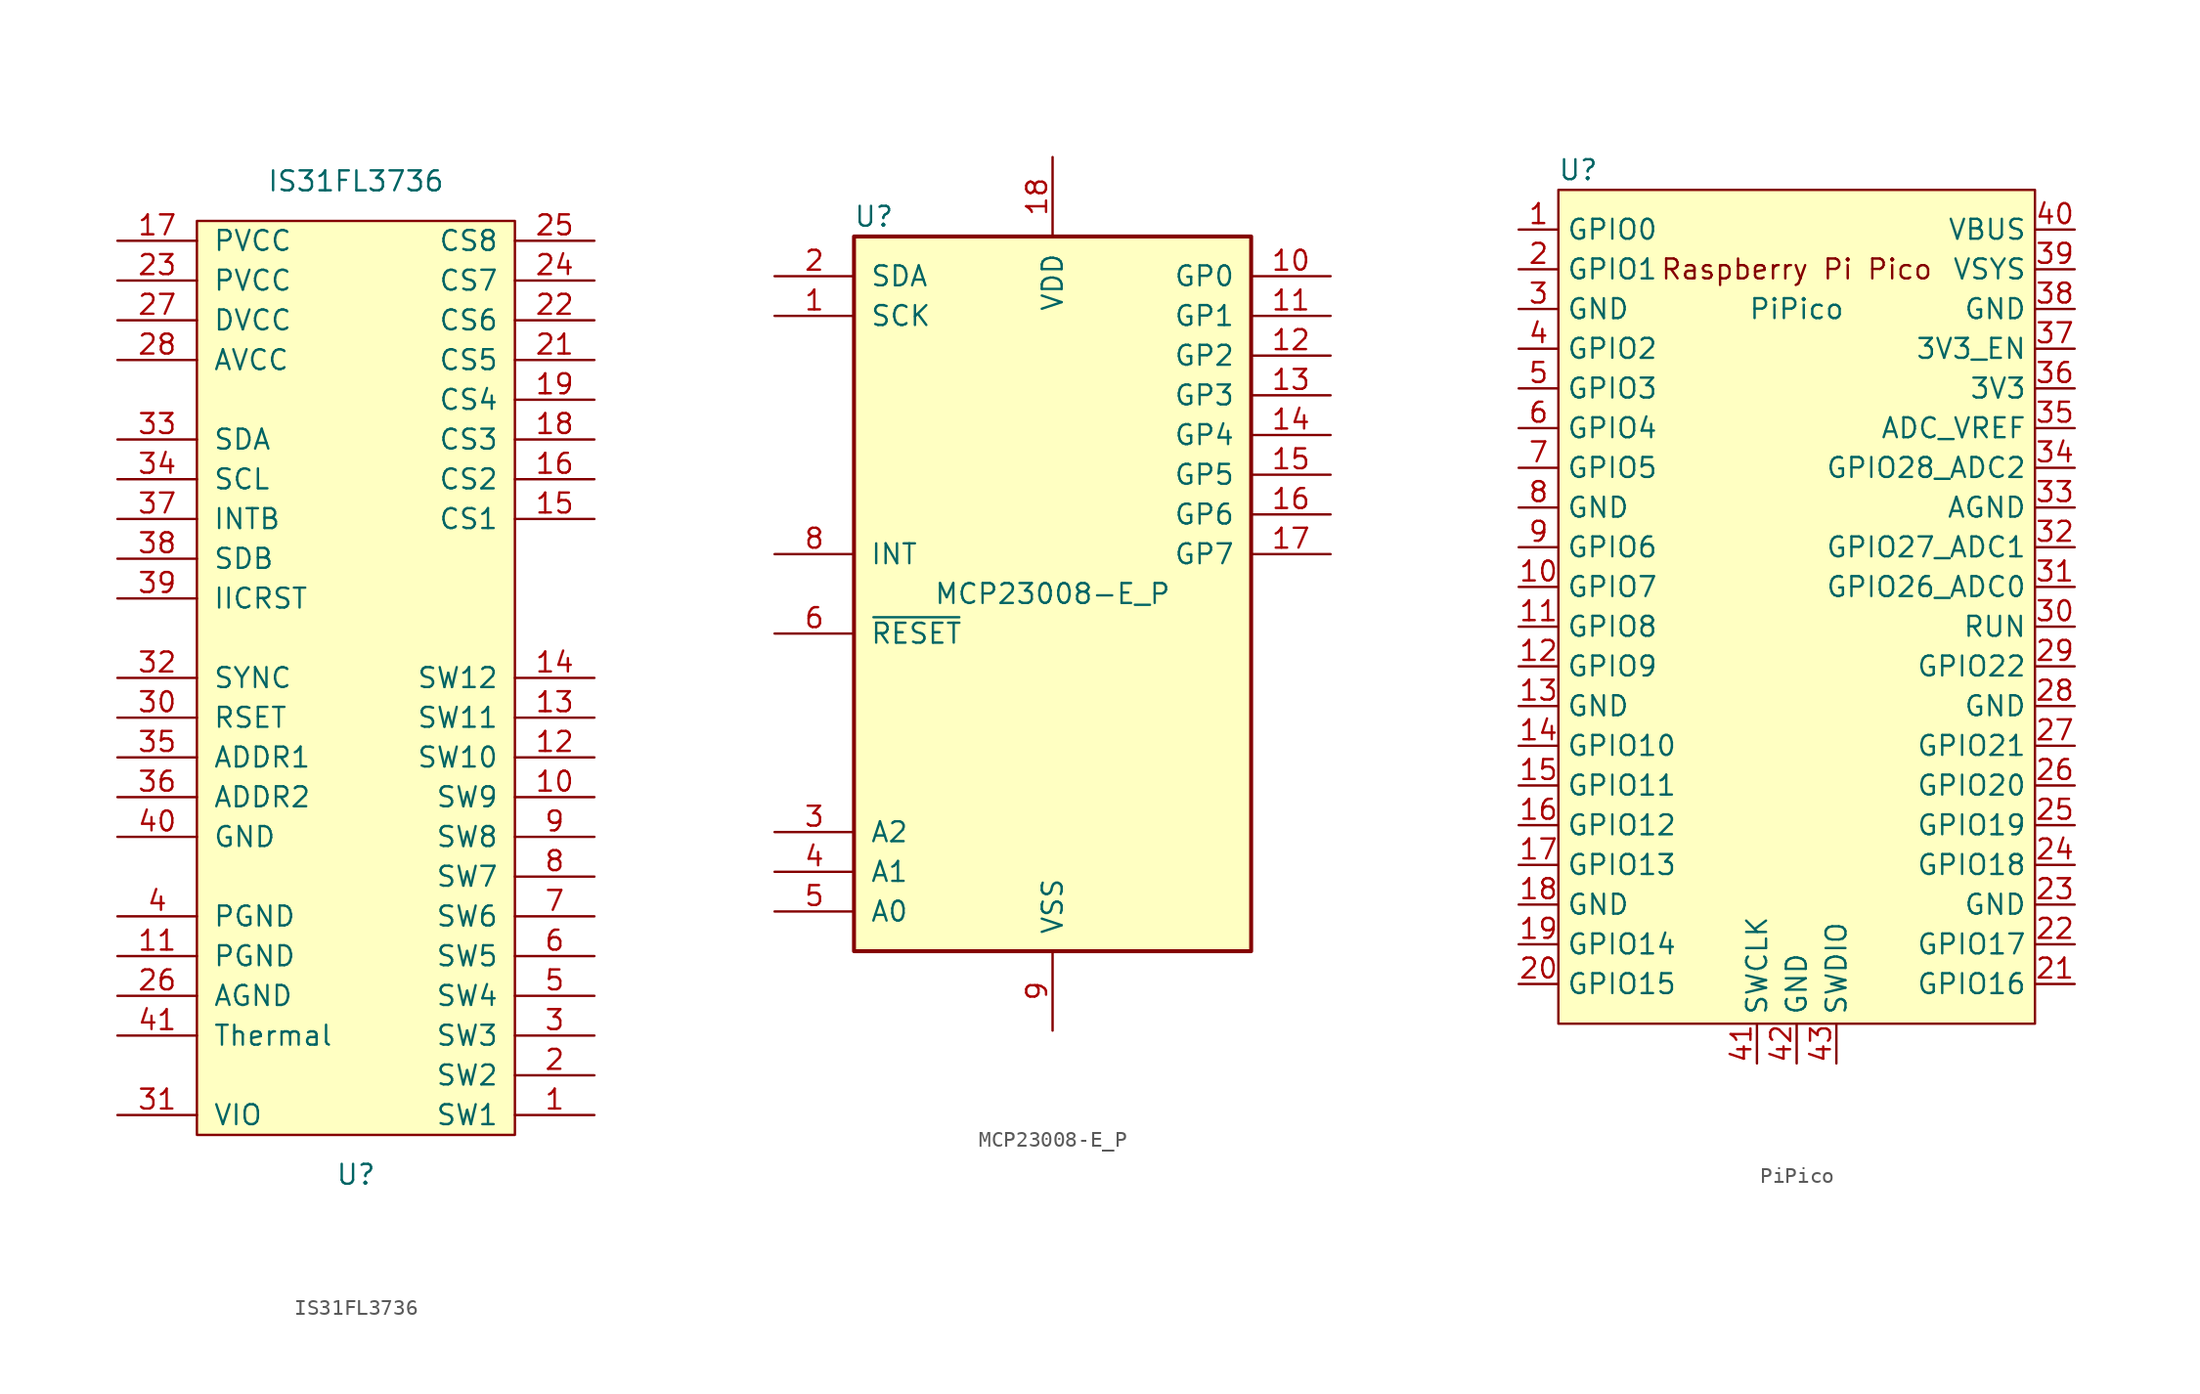
<source format=kicad_sym>
(kicad_symbol_lib
  (version 20220914)
  (generator kicad_symbol_editor)
  (symbol "IS31FL3736"
    (pin_names
      (offset 1.016))
    (property "Reference" "U"
      (at 0 -31.75 0)
      (effects (font (size 1.27 1.27))))
    (property "Value" "IS31FL3736"
      (at 0 31.75 0)
      (effects (font (size 1.27 1.27))))
    (symbol "IS31FL3736_0_1"
      (rectangle (start -10.16 29.21) (end 10.16 -29.21) (stroke (width 0) (type solid)) (fill (type background))))
    (symbol "IS31FL3736_1_1"
      (pin input line (at 15.24 -27.94 180) (length 5.08) (name "SW1" (effects (font (size 1.27 1.27)))) (number "1" (effects (font (size 1.27 1.27)))))
      (pin input line (at 15.24 -7.62 180) (length 5.08) (name "SW9" (effects (font (size 1.27 1.27)))) (number "10" (effects (font (size 1.27 1.27)))))
      (pin input line (at -15.24 -17.78 0) (length 5.08) (name "PGND" (effects (font (size 1.27 1.27)))) (number "11" (effects (font (size 1.27 1.27)))))
      (pin input line (at 15.24 -5.08 180) (length 5.08) (name "SW10" (effects (font (size 1.27 1.27)))) (number "12" (effects (font (size 1.27 1.27)))))
      (pin input line (at 15.24 -2.54 180) (length 5.08) (name "SW11" (effects (font (size 1.27 1.27)))) (number "13" (effects (font (size 1.27 1.27)))))
      (pin input line (at 15.24 0 180) (length 5.08) (name "SW12" (effects (font (size 1.27 1.27)))) (number "14" (effects (font (size 1.27 1.27)))))
      (pin input line (at 15.24 10.16 180) (length 5.08) (name "CS1" (effects (font (size 1.27 1.27)))) (number "15" (effects (font (size 1.27 1.27)))))
      (pin input line (at 15.24 12.7 180) (length 5.08) (name "CS2" (effects (font (size 1.27 1.27)))) (number "16" (effects (font (size 1.27 1.27)))))
      (pin input line (at -15.24 27.94 0) (length 5.08) (name "PVCC" (effects (font (size 1.27 1.27)))) (number "17" (effects (font (size 1.27 1.27)))))
      (pin input line (at 15.24 15.24 180) (length 5.08) (name "CS3" (effects (font (size 1.27 1.27)))) (number "18" (effects (font (size 1.27 1.27)))))
      (pin input line (at 15.24 17.78 180) (length 5.08) (name "CS4" (effects (font (size 1.27 1.27)))) (number "19" (effects (font (size 1.27 1.27)))))
      (pin input line (at 15.24 -25.4 180) (length 5.08) (name "SW2" (effects (font (size 1.27 1.27)))) (number "2" (effects (font (size 1.27 1.27)))))
      (pin input line (at 15.24 20.32 180) (length 5.08) (name "CS5" (effects (font (size 1.27 1.27)))) (number "21" (effects (font (size 1.27 1.27)))))
      (pin input line (at 15.24 22.86 180) (length 5.08) (name "CS6" (effects (font (size 1.27 1.27)))) (number "22" (effects (font (size 1.27 1.27)))))
      (pin input line (at -15.24 25.4 0) (length 5.08) (name "PVCC" (effects (font (size 1.27 1.27)))) (number "23" (effects (font (size 1.27 1.27)))))
      (pin input line (at 15.24 25.4 180) (length 5.08) (name "CS7" (effects (font (size 1.27 1.27)))) (number "24" (effects (font (size 1.27 1.27)))))
      (pin input line (at 15.24 27.94 180) (length 5.08) (name "CS8" (effects (font (size 1.27 1.27)))) (number "25" (effects (font (size 1.27 1.27)))))
      (pin input line (at -15.24 -20.32 0) (length 5.08) (name "AGND" (effects (font (size 1.27 1.27)))) (number "26" (effects (font (size 1.27 1.27)))))
      (pin input line (at -15.24 22.86 0) (length 5.08) (name "DVCC" (effects (font (size 1.27 1.27)))) (number "27" (effects (font (size 1.27 1.27)))))
      (pin input line (at -15.24 20.32 0) (length 5.08) (name "AVCC" (effects (font (size 1.27 1.27)))) (number "28" (effects (font (size 1.27 1.27)))))
      (pin input line (at 15.24 -22.86 180) (length 5.08) (name "SW3" (effects (font (size 1.27 1.27)))) (number "3" (effects (font (size 1.27 1.27)))))
      (pin input line (at -15.24 -2.54 0) (length 5.08) (name "RSET" (effects (font (size 1.27 1.27)))) (number "30" (effects (font (size 1.27 1.27)))))
      (pin input line (at -15.24 -27.94 0) (length 5.08) (name "VIO" (effects (font (size 1.27 1.27)))) (number "31" (effects (font (size 1.27 1.27)))))
      (pin input line (at -15.24 0 0) (length 5.08) (name "SYNC" (effects (font (size 1.27 1.27)))) (number "32" (effects (font (size 1.27 1.27)))))
      (pin input line (at -15.24 15.24 0) (length 5.08) (name "SDA" (effects (font (size 1.27 1.27)))) (number "33" (effects (font (size 1.27 1.27)))))
      (pin input line (at -15.24 12.7 0) (length 5.08) (name "SCL" (effects (font (size 1.27 1.27)))) (number "34" (effects (font (size 1.27 1.27)))))
      (pin input line (at -15.24 -5.08 0) (length 5.08) (name "ADDR1" (effects (font (size 1.27 1.27)))) (number "35" (effects (font (size 1.27 1.27)))))
      (pin input line (at -15.24 -7.62 0) (length 5.08) (name "ADDR2" (effects (font (size 1.27 1.27)))) (number "36" (effects (font (size 1.27 1.27)))))
      (pin input line (at -15.24 10.16 0) (length 5.08) (name "INTB" (effects (font (size 1.27 1.27)))) (number "37" (effects (font (size 1.27 1.27)))))
      (pin input line (at -15.24 7.62 0) (length 5.08) (name "SDB" (effects (font (size 1.27 1.27)))) (number "38" (effects (font (size 1.27 1.27)))))
      (pin input line (at -15.24 5.08 0) (length 5.08) (name "IICRST" (effects (font (size 1.27 1.27)))) (number "39" (effects (font (size 1.27 1.27)))))
      (pin input line (at -15.24 -15.24 0) (length 5.08) (name "PGND" (effects (font (size 1.27 1.27)))) (number "4" (effects (font (size 1.27 1.27)))))
      (pin input line (at -15.24 -10.16 0) (length 5.08) (name "GND" (effects (font (size 1.27 1.27)))) (number "40" (effects (font (size 1.27 1.27)))))
      (pin input line (at -15.24 -22.86 0) (length 5.08) (name "Thermal" (effects (font (size 1.27 1.27)))) (number "41" (effects (font (size 1.27 1.27)))))
      (pin input line (at 15.24 -20.32 180) (length 5.08) (name "SW4" (effects (font (size 1.27 1.27)))) (number "5" (effects (font (size 1.27 1.27)))))
      (pin input line (at 15.24 -17.78 180) (length 5.08) (name "SW5" (effects (font (size 1.27 1.27)))) (number "6" (effects (font (size 1.27 1.27)))))
      (pin input line (at 15.24 -15.24 180) (length 5.08) (name "SW6" (effects (font (size 1.27 1.27)))) (number "7" (effects (font (size 1.27 1.27)))))
      (pin input line (at 15.24 -12.7 180) (length 5.08) (name "SW7" (effects (font (size 1.27 1.27)))) (number "8" (effects (font (size 1.27 1.27)))))
      (pin input line (at 15.24 -10.16 180) (length 5.08) (name "SW8" (effects (font (size 1.27 1.27)))) (number "9" (effects (font (size 1.27 1.27)))))))
  (symbol "MCP23008-E_P"
    (pin_names
      (offset 1.016))
    (property "Reference" "U"
      (at -11.43 24.13 0)
      (effects (font (size 1.27 1.27))))
    (property "Value" "MCP23008-E_P"
      (at 0 0 0)
      (effects (font (size 1.27 1.27))))
    (symbol "MCP23008-E_P_0_1"
      (rectangle (start -12.7 22.86) (end 12.7 -22.86) (stroke (width 0.254) (type solid)) (fill (type background))))
    (symbol "MCP23008-E_P_1_1"
      (pin input line (at -17.78 17.78 0) (length 5.08) (name "SCK" (effects (font (size 1.27 1.27)))) (number "1" (effects (font (size 1.27 1.27)))))
      (pin bidirectional line (at 17.78 20.32 180) (length 5.08) (name "GP0" (effects (font (size 1.27 1.27)))) (number "10" (effects (font (size 1.27 1.27)))))
      (pin bidirectional line (at 17.78 17.78 180) (length 5.08) (name "GP1" (effects (font (size 1.27 1.27)))) (number "11" (effects (font (size 1.27 1.27)))))
      (pin bidirectional line (at 17.78 15.24 180) (length 5.08) (name "GP2" (effects (font (size 1.27 1.27)))) (number "12" (effects (font (size 1.27 1.27)))))
      (pin bidirectional line (at 17.78 12.7 180) (length 5.08) (name "GP3" (effects (font (size 1.27 1.27)))) (number "13" (effects (font (size 1.27 1.27)))))
      (pin bidirectional line (at 17.78 10.16 180) (length 5.08) (name "GP4" (effects (font (size 1.27 1.27)))) (number "14" (effects (font (size 1.27 1.27)))))
      (pin bidirectional line (at 17.78 7.62 180) (length 5.08) (name "GP5" (effects (font (size 1.27 1.27)))) (number "15" (effects (font (size 1.27 1.27)))))
      (pin bidirectional line (at 17.78 5.08 180) (length 5.08) (name "GP6" (effects (font (size 1.27 1.27)))) (number "16" (effects (font (size 1.27 1.27)))))
      (pin bidirectional line (at 17.78 2.54 180) (length 5.08) (name "GP7" (effects (font (size 1.27 1.27)))) (number "17" (effects (font (size 1.27 1.27)))))
      (pin power_in line (at 0 27.94 270) (length 5.08) (name "VDD" (effects (font (size 1.27 1.27)))) (number "18" (effects (font (size 1.27 1.27)))))
      (pin bidirectional line (at -17.78 20.32 0) (length 5.08) (name "SDA" (effects (font (size 1.27 1.27)))) (number "2" (effects (font (size 1.27 1.27)))))
      (pin input line (at -17.78 -15.24 0) (length 5.08) (name "A2" (effects (font (size 1.27 1.27)))) (number "3" (effects (font (size 1.27 1.27)))))
      (pin input line (at -17.78 -17.78 0) (length 5.08) (name "A1" (effects (font (size 1.27 1.27)))) (number "4" (effects (font (size 1.27 1.27)))))
      (pin input line (at -17.78 -20.32 0) (length 5.08) (name "A0" (effects (font (size 1.27 1.27)))) (number "5" (effects (font (size 1.27 1.27)))))
      (pin input line (at -17.78 -2.54 0) (length 5.08) (name "~{RESET}" (effects (font (size 1.27 1.27)))) (number "6" (effects (font (size 1.27 1.27)))))
      (pin no_connect line (at -17.78 15.24 0) (length 5.08) hide (name "NC" (effects (font (size 1.27 1.27)))) (number "7" (effects (font (size 1.27 1.27)))))
      (pin tri_state line (at -17.78 2.54 0) (length 5.08) (name "INT" (effects (font (size 1.27 1.27)))) (number "8" (effects (font (size 1.27 1.27)))))
      (pin power_in line (at 0 -27.94 90) (length 5.08) (name "VSS" (effects (font (size 1.27 1.27)))) (number "9" (effects (font (size 1.27 1.27)))))))
  (symbol "PiPico"
    (property "Reference" "U"
      (at -13.97 27.94 0)
      (effects (font (size 1.27 1.27))))
    (property "Value" "PiPico"
      (at 0 19.05 0)
      (effects (font (size 1.27 1.27))))
    (symbol "PiPico_0_0"
      (text "Raspberry Pi Pico" (at 0 21.59 0) (effects (font (size 1.27 1.27)))))
    (symbol "PiPico_0_1"
      (rectangle (start -15.24 26.67) (end 15.24 -26.67) (stroke (width 0) (type default)) (fill (type background))))
    (symbol "PiPico_1_1"
      (pin bidirectional line (at -17.78 24.13 0) (length 2.54) (name "GPIO0" (effects (font (size 1.27 1.27)))) (number "1" (effects (font (size 1.27 1.27)))))
      (pin bidirectional line (at -17.78 1.27 0) (length 2.54) (name "GPIO7" (effects (font (size 1.27 1.27)))) (number "10" (effects (font (size 1.27 1.27)))))
      (pin bidirectional line (at -17.78 -1.27 0) (length 2.54) (name "GPIO8" (effects (font (size 1.27 1.27)))) (number "11" (effects (font (size 1.27 1.27)))))
      (pin bidirectional line (at -17.78 -3.81 0) (length 2.54) (name "GPIO9" (effects (font (size 1.27 1.27)))) (number "12" (effects (font (size 1.27 1.27)))))
      (pin power_in line (at -17.78 -6.35 0) (length 2.54) (name "GND" (effects (font (size 1.27 1.27)))) (number "13" (effects (font (size 1.27 1.27)))))
      (pin bidirectional line (at -17.78 -8.89 0) (length 2.54) (name "GPIO10" (effects (font (size 1.27 1.27)))) (number "14" (effects (font (size 1.27 1.27)))))
      (pin bidirectional line (at -17.78 -11.43 0) (length 2.54) (name "GPIO11" (effects (font (size 1.27 1.27)))) (number "15" (effects (font (size 1.27 1.27)))))
      (pin bidirectional line (at -17.78 -13.97 0) (length 2.54) (name "GPIO12" (effects (font (size 1.27 1.27)))) (number "16" (effects (font (size 1.27 1.27)))))
      (pin bidirectional line (at -17.78 -16.51 0) (length 2.54) (name "GPIO13" (effects (font (size 1.27 1.27)))) (number "17" (effects (font (size 1.27 1.27)))))
      (pin power_in line (at -17.78 -19.05 0) (length 2.54) (name "GND" (effects (font (size 1.27 1.27)))) (number "18" (effects (font (size 1.27 1.27)))))
      (pin bidirectional line (at -17.78 -21.59 0) (length 2.54) (name "GPIO14" (effects (font (size 1.27 1.27)))) (number "19" (effects (font (size 1.27 1.27)))))
      (pin bidirectional line (at -17.78 21.59 0) (length 2.54) (name "GPIO1" (effects (font (size 1.27 1.27)))) (number "2" (effects (font (size 1.27 1.27)))))
      (pin bidirectional line (at -17.78 -24.13 0) (length 2.54) (name "GPIO15" (effects (font (size 1.27 1.27)))) (number "20" (effects (font (size 1.27 1.27)))))
      (pin bidirectional line (at 17.78 -24.13 180) (length 2.54) (name "GPIO16" (effects (font (size 1.27 1.27)))) (number "21" (effects (font (size 1.27 1.27)))))
      (pin bidirectional line (at 17.78 -21.59 180) (length 2.54) (name "GPIO17" (effects (font (size 1.27 1.27)))) (number "22" (effects (font (size 1.27 1.27)))))
      (pin power_in line (at 17.78 -19.05 180) (length 2.54) (name "GND" (effects (font (size 1.27 1.27)))) (number "23" (effects (font (size 1.27 1.27)))))
      (pin bidirectional line (at 17.78 -16.51 180) (length 2.54) (name "GPIO18" (effects (font (size 1.27 1.27)))) (number "24" (effects (font (size 1.27 1.27)))))
      (pin bidirectional line (at 17.78 -13.97 180) (length 2.54) (name "GPIO19" (effects (font (size 1.27 1.27)))) (number "25" (effects (font (size 1.27 1.27)))))
      (pin bidirectional line (at 17.78 -11.43 180) (length 2.54) (name "GPIO20" (effects (font (size 1.27 1.27)))) (number "26" (effects (font (size 1.27 1.27)))))
      (pin bidirectional line (at 17.78 -8.89 180) (length 2.54) (name "GPIO21" (effects (font (size 1.27 1.27)))) (number "27" (effects (font (size 1.27 1.27)))))
      (pin power_in line (at 17.78 -6.35 180) (length 2.54) (name "GND" (effects (font (size 1.27 1.27)))) (number "28" (effects (font (size 1.27 1.27)))))
      (pin bidirectional line (at 17.78 -3.81 180) (length 2.54) (name "GPIO22" (effects (font (size 1.27 1.27)))) (number "29" (effects (font (size 1.27 1.27)))))
      (pin power_in line (at -17.78 19.05 0) (length 2.54) (name "GND" (effects (font (size 1.27 1.27)))) (number "3" (effects (font (size 1.27 1.27)))))
      (pin input line (at 17.78 -1.27 180) (length 2.54) (name "RUN" (effects (font (size 1.27 1.27)))) (number "30" (effects (font (size 1.27 1.27)))))
      (pin bidirectional line (at 17.78 1.27 180) (length 2.54) (name "GPIO26_ADC0" (effects (font (size 1.27 1.27)))) (number "31" (effects (font (size 1.27 1.27)))))
      (pin bidirectional line (at 17.78 3.81 180) (length 2.54) (name "GPIO27_ADC1" (effects (font (size 1.27 1.27)))) (number "32" (effects (font (size 1.27 1.27)))))
      (pin power_in line (at 17.78 6.35 180) (length 2.54) (name "AGND" (effects (font (size 1.27 1.27)))) (number "33" (effects (font (size 1.27 1.27)))))
      (pin bidirectional line (at 17.78 8.89 180) (length 2.54) (name "GPIO28_ADC2" (effects (font (size 1.27 1.27)))) (number "34" (effects (font (size 1.27 1.27)))))
      (pin power_in line (at 17.78 11.43 180) (length 2.54) (name "ADC_VREF" (effects (font (size 1.27 1.27)))) (number "35" (effects (font (size 1.27 1.27)))))
      (pin power_in line (at 17.78 13.97 180) (length 2.54) (name "3V3" (effects (font (size 1.27 1.27)))) (number "36" (effects (font (size 1.27 1.27)))))
      (pin input line (at 17.78 16.51 180) (length 2.54) (name "3V3_EN" (effects (font (size 1.27 1.27)))) (number "37" (effects (font (size 1.27 1.27)))))
      (pin bidirectional line (at 17.78 19.05 180) (length 2.54) (name "GND" (effects (font (size 1.27 1.27)))) (number "38" (effects (font (size 1.27 1.27)))))
      (pin power_in line (at 17.78 21.59 180) (length 2.54) (name "VSYS" (effects (font (size 1.27 1.27)))) (number "39" (effects (font (size 1.27 1.27)))))
      (pin bidirectional line (at -17.78 16.51 0) (length 2.54) (name "GPIO2" (effects (font (size 1.27 1.27)))) (number "4" (effects (font (size 1.27 1.27)))))
      (pin power_in line (at 17.78 24.13 180) (length 2.54) (name "VBUS" (effects (font (size 1.27 1.27)))) (number "40" (effects (font (size 1.27 1.27)))))
      (pin input line (at -2.54 -29.21 90) (length 2.54) (name "SWCLK" (effects (font (size 1.27 1.27)))) (number "41" (effects (font (size 1.27 1.27)))))
      (pin power_in line (at 0 -29.21 90) (length 2.54) (name "GND" (effects (font (size 1.27 1.27)))) (number "42" (effects (font (size 1.27 1.27)))))
      (pin bidirectional line (at 2.54 -29.21 90) (length 2.54) (name "SWDIO" (effects (font (size 1.27 1.27)))) (number "43" (effects (font (size 1.27 1.27)))))
      (pin bidirectional line (at -17.78 13.97 0) (length 2.54) (name "GPIO3" (effects (font (size 1.27 1.27)))) (number "5" (effects (font (size 1.27 1.27)))))
      (pin bidirectional line (at -17.78 11.43 0) (length 2.54) (name "GPIO4" (effects (font (size 1.27 1.27)))) (number "6" (effects (font (size 1.27 1.27)))))
      (pin bidirectional line (at -17.78 8.89 0) (length 2.54) (name "GPIO5" (effects (font (size 1.27 1.27)))) (number "7" (effects (font (size 1.27 1.27)))))
      (pin power_in line (at -17.78 6.35 0) (length 2.54) (name "GND" (effects (font (size 1.27 1.27)))) (number "8" (effects (font (size 1.27 1.27)))))
      (pin bidirectional line (at -17.78 3.81 0) (length 2.54) (name "GPIO6" (effects (font (size 1.27 1.27)))) (number "9" (effects (font (size 1.27 1.27))))))))
</source>
